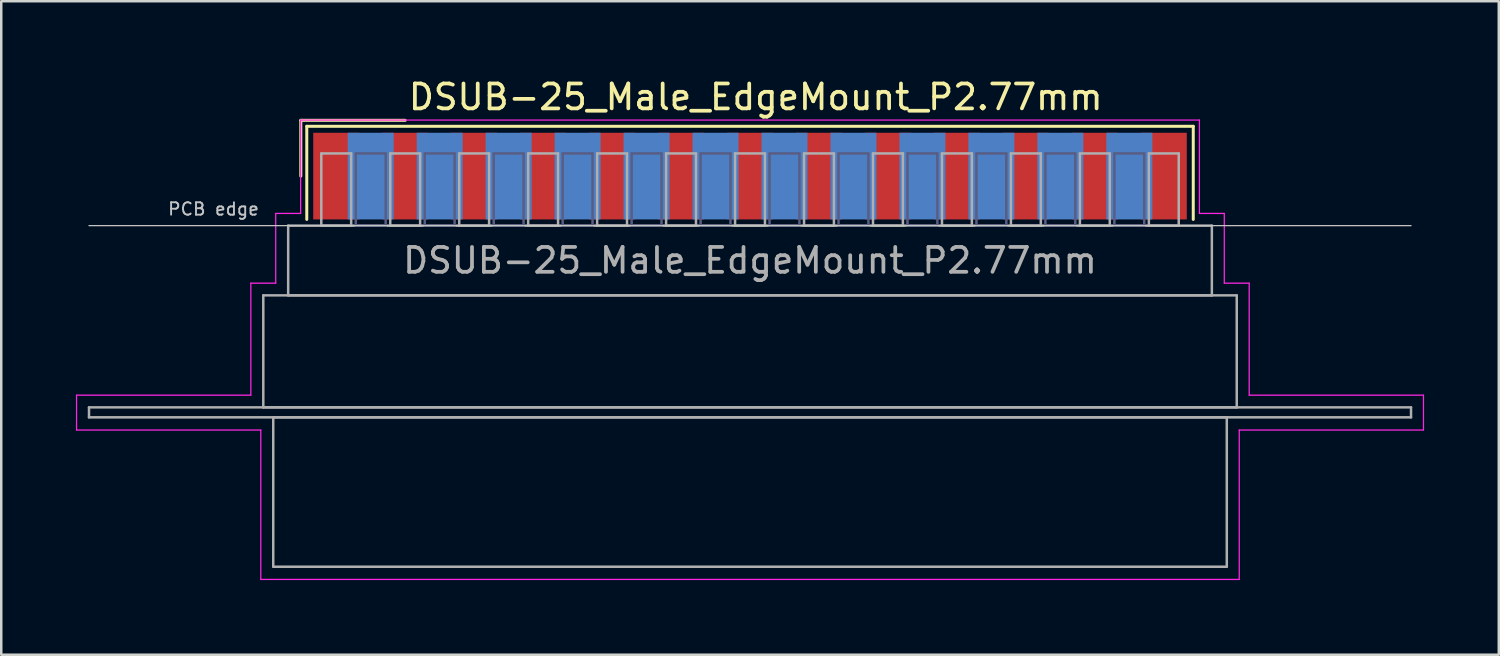
<source format=kicad_pcb>
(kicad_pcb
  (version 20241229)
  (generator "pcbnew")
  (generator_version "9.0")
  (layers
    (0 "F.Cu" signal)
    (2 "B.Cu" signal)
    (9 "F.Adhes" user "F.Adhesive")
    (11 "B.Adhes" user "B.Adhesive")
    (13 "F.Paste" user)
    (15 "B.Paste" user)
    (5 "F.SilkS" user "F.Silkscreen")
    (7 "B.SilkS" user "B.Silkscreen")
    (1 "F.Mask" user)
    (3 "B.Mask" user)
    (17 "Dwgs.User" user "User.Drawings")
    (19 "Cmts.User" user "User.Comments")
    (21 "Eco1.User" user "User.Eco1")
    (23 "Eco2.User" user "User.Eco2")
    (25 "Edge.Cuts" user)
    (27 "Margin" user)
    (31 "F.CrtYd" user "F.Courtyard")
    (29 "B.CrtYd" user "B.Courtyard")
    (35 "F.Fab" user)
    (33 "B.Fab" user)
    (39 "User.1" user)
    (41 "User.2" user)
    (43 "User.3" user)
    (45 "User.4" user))
  (footprint "DSUB-25_Male_EdgeMount_P2.77mm"
    (layer "F.Cu")
    (at 27.075 4.023)
    (property "Reference" "DSUB-25_Male_EdgeMount_P2.77mm" (at 0.23 -3.175 0) (layer "F.SilkS") (effects (font (size 1 1) (thickness 0.15))))
    (attr smd)
    (fp_line (start -18.043 -2.24) (end -13.85 -2.24) (stroke (width 0.12) (type solid)) (layer "F.SilkS"))
    (fp_line (start -18.043 0) (end -18.043 -2.24) (stroke (width 0.12) (type solid)) (layer "F.SilkS"))
    (fp_line (start -17.803 -2) (end -17.803 1.74) (stroke (width 0.12) (type solid)) (layer "F.SilkS"))
    (fp_line (start 17.803 -2) (end -17.803 -2) (stroke (width 0.12) (type solid)) (layer "F.SilkS"))
    (fp_line (start 17.803 1.74) (end 17.803 -2) (stroke (width 0.12) (type solid)) (layer "F.SilkS"))
    (fp_line (start -26.55 1.99) (end 26.55 1.99) (stroke (width 0.05) (type solid)) (layer "Dwgs.User"))
    (fp_line (start -27.05 8.8) (end -20.05 8.8) (stroke (width 0.05) (type solid)) (layer "F.CrtYd"))
    (fp_line (start -27.05 10.2) (end -27.05 8.8) (stroke (width 0.05) (type solid)) (layer "F.CrtYd"))
    (fp_line (start -20.05 4.3) (end -19.05 4.3) (stroke (width 0.05) (type solid)) (layer "F.CrtYd"))
    (fp_line (start -20.05 8.8) (end -20.05 4.3) (stroke (width 0.05) (type solid)) (layer "F.CrtYd"))
    (fp_line (start -19.65 10.2) (end -27.05 10.2) (stroke (width 0.05) (type solid)) (layer "F.CrtYd"))
    (fp_line (start -19.65 16.2) (end -19.65 10.2) (stroke (width 0.05) (type solid)) (layer "F.CrtYd"))
    (fp_line (start -19.05 1.5) (end -18.05 1.5) (stroke (width 0.05) (type solid)) (layer "F.CrtYd"))
    (fp_line (start -19.05 4.3) (end -19.05 1.5) (stroke (width 0.05) (type solid)) (layer "F.CrtYd"))
    (fp_line (start -18.05 -2.25) (end 18.05 -2.25) (stroke (width 0.05) (type solid)) (layer "F.CrtYd"))
    (fp_line (start -18.05 1.5) (end -18.05 -2.25) (stroke (width 0.05) (type solid)) (layer "F.CrtYd"))
    (fp_line (start 18.05 -2.25) (end 18.05 1.5) (stroke (width 0.05) (type solid)) (layer "F.CrtYd"))
    (fp_line (start 18.05 1.5) (end 19.05 1.5) (stroke (width 0.05) (type solid)) (layer "F.CrtYd"))
    (fp_line (start 19.05 1.5) (end 19.05 4.3) (stroke (width 0.05) (type solid)) (layer "F.CrtYd"))
    (fp_line (start 19.05 4.3) (end 20.05 4.3) (stroke (width 0.05) (type solid)) (layer "F.CrtYd"))
    (fp_line (start 19.65 10.2) (end 19.65 16.2) (stroke (width 0.05) (type solid)) (layer "F.CrtYd"))
    (fp_line (start 19.65 16.2) (end -19.65 16.2) (stroke (width 0.05) (type solid)) (layer "F.CrtYd"))
    (fp_line (start 20.05 4.3) (end 20.05 8.8) (stroke (width 0.05) (type solid)) (layer "F.CrtYd"))
    (fp_line (start 20.05 8.8) (end 27.05 8.8) (stroke (width 0.05) (type solid)) (layer "F.CrtYd"))
    (fp_line (start 27.05 8.8) (end 27.05 10.2) (stroke (width 0.05) (type solid)) (layer "F.CrtYd"))
    (fp_line (start 27.05 10.2) (end 19.65 10.2) (stroke (width 0.05) (type solid)) (layer "F.CrtYd"))
    (fp_line (start -15.835 -0.91) (end -15.835 1.99) (stroke (width 0.1) (type solid)) (layer "B.Fab"))
    (fp_line (start -15.835 1.99) (end -14.635 1.99) (stroke (width 0.1) (type solid)) (layer "B.Fab"))
    (fp_line (start -14.635 -0.91) (end -15.835 -0.91) (stroke (width 0.1) (type solid)) (layer "B.Fab"))
    (fp_line (start -14.635 1.99) (end -14.635 -0.91) (stroke (width 0.1) (type solid)) (layer "B.Fab"))
    (fp_line (start -13.065 -0.91) (end -13.065 1.99) (stroke (width 0.1) (type solid)) (layer "B.Fab"))
    (fp_line (start -13.065 1.99) (end -11.865 1.99) (stroke (width 0.1) (type solid)) (layer "B.Fab"))
    (fp_line (start -11.865 -0.91) (end -13.065 -0.91) (stroke (width 0.1) (type solid)) (layer "B.Fab"))
    (fp_line (start -11.865 1.99) (end -11.865 -0.91) (stroke (width 0.1) (type solid)) (layer "B.Fab"))
    (fp_line (start -10.295 -0.91) (end -10.295 1.99) (stroke (width 0.1) (type solid)) (layer "B.Fab"))
    (fp_line (start -10.295 1.99) (end -9.095 1.99) (stroke (width 0.1) (type solid)) (layer "B.Fab"))
    (fp_line (start -9.095 -0.91) (end -10.295 -0.91) (stroke (width 0.1) (type solid)) (layer "B.Fab"))
    (fp_line (start -9.095 1.99) (end -9.095 -0.91) (stroke (width 0.1) (type solid)) (layer "B.Fab"))
    (fp_line (start -7.525 -0.91) (end -7.525 1.99) (stroke (width 0.1) (type solid)) (layer "B.Fab"))
    (fp_line (start -7.525 1.99) (end -6.325 1.99) (stroke (width 0.1) (type solid)) (layer "B.Fab"))
    (fp_line (start -6.325 -0.91) (end -7.525 -0.91) (stroke (width 0.1) (type solid)) (layer "B.Fab"))
    (fp_line (start -6.325 1.99) (end -6.325 -0.91) (stroke (width 0.1) (type solid)) (layer "B.Fab"))
    (fp_line (start -4.755 -0.91) (end -4.755 1.99) (stroke (width 0.1) (type solid)) (layer "B.Fab"))
    (fp_line (start -4.755 1.99) (end -3.555 1.99) (stroke (width 0.1) (type solid)) (layer "B.Fab"))
    (fp_line (start -3.555 -0.91) (end -4.755 -0.91) (stroke (width 0.1) (type solid)) (layer "B.Fab"))
    (fp_line (start -3.555 1.99) (end -3.555 -0.91) (stroke (width 0.1) (type solid)) (layer "B.Fab"))
    (fp_line (start -1.985 -0.91) (end -1.985 1.99) (stroke (width 0.1) (type solid)) (layer "B.Fab"))
    (fp_line (start -1.985 1.99) (end -0.785 1.99) (stroke (width 0.1) (type solid)) (layer "B.Fab"))
    (fp_line (start -0.785 -0.91) (end -1.985 -0.91) (stroke (width 0.1) (type solid)) (layer "B.Fab"))
    (fp_line (start -0.785 1.99) (end -0.785 -0.91) (stroke (width 0.1) (type solid)) (layer "B.Fab"))
    (fp_line (start 0.785 -0.91) (end 0.785 1.99) (stroke (width 0.1) (type solid)) (layer "B.Fab"))
    (fp_line (start 0.785 1.99) (end 1.985 1.99) (stroke (width 0.1) (type solid)) (layer "B.Fab"))
    (fp_line (start 1.985 -0.91) (end 0.785 -0.91) (stroke (width 0.1) (type solid)) (layer "B.Fab"))
    (fp_line (start 1.985 1.99) (end 1.985 -0.91) (stroke (width 0.1) (type solid)) (layer "B.Fab"))
    (fp_line (start 3.555 -0.91) (end 3.555 1.99) (stroke (width 0.1) (type solid)) (layer "B.Fab"))
    (fp_line (start 3.555 1.99) (end 4.755 1.99) (stroke (width 0.1) (type solid)) (layer "B.Fab"))
    (fp_line (start 4.755 -0.91) (end 3.555 -0.91) (stroke (width 0.1) (type solid)) (layer "B.Fab"))
    (fp_line (start 4.755 1.99) (end 4.755 -0.91) (stroke (width 0.1) (type solid)) (layer "B.Fab"))
    (fp_line (start 6.325 -0.91) (end 6.325 1.99) (stroke (width 0.1) (type solid)) (layer "B.Fab"))
    (fp_line (start 6.325 1.99) (end 7.525 1.99) (stroke (width 0.1) (type solid)) (layer "B.Fab"))
    (fp_line (start 7.525 -0.91) (end 6.325 -0.91) (stroke (width 0.1) (type solid)) (layer "B.Fab"))
    (fp_line (start 7.525 1.99) (end 7.525 -0.91) (stroke (width 0.1) (type solid)) (layer "B.Fab"))
    (fp_line (start 9.095 -0.91) (end 9.095 1.99) (stroke (width 0.1) (type solid)) (layer "B.Fab"))
    (fp_line (start 9.095 1.99) (end 10.295 1.99) (stroke (width 0.1) (type solid)) (layer "B.Fab"))
    (fp_line (start 10.295 -0.91) (end 9.095 -0.91) (stroke (width 0.1) (type solid)) (layer "B.Fab"))
    (fp_line (start 10.295 1.99) (end 10.295 -0.91) (stroke (width 0.1) (type solid)) (layer "B.Fab"))
    (fp_line (start 11.865 -0.91) (end 11.865 1.99) (stroke (width 0.1) (type solid)) (layer "B.Fab"))
    (fp_line (start 11.865 1.99) (end 13.065 1.99) (stroke (width 0.1) (type solid)) (layer "B.Fab"))
    (fp_line (start 13.065 -0.91) (end 11.865 -0.91) (stroke (width 0.1) (type solid)) (layer "B.Fab"))
    (fp_line (start 13.065 1.99) (end 13.065 -0.91) (stroke (width 0.1) (type solid)) (layer "B.Fab"))
    (fp_line (start 14.635 -0.91) (end 14.635 1.99) (stroke (width 0.1) (type solid)) (layer "B.Fab"))
    (fp_line (start 14.635 1.99) (end 15.835 1.99) (stroke (width 0.1) (type solid)) (layer "B.Fab"))
    (fp_line (start 15.835 -0.91) (end 14.635 -0.91) (stroke (width 0.1) (type solid)) (layer "B.Fab"))
    (fp_line (start 15.835 1.99) (end 15.835 -0.91) (stroke (width 0.1) (type solid)) (layer "B.Fab"))
    (fp_line (start -26.55 9.29) (end -26.55 9.69) (stroke (width 0.1) (type solid)) (layer "F.Fab"))
    (fp_line (start -26.55 9.69) (end 26.55 9.69) (stroke (width 0.1) (type solid)) (layer "F.Fab"))
    (fp_line (start -19.55 4.79) (end -19.55 9.29) (stroke (width 0.1) (type solid)) (layer "F.Fab"))
    (fp_line (start -19.55 9.29) (end 19.55 9.29) (stroke (width 0.1) (type solid)) (layer "F.Fab"))
    (fp_line (start -19.15 9.69) (end -19.15 15.69) (stroke (width 0.1) (type solid)) (layer "F.Fab"))
    (fp_line (start -19.15 15.69) (end 19.15 15.69) (stroke (width 0.1) (type solid)) (layer "F.Fab"))
    (fp_line (start -18.55 1.99) (end -18.55 4.79) (stroke (width 0.1) (type solid)) (layer "F.Fab"))
    (fp_line (start -18.55 4.79) (end 18.55 4.79) (stroke (width 0.1) (type solid)) (layer "F.Fab"))
    (fp_line (start -17.22 -0.91) (end -17.22 1.99) (stroke (width 0.1) (type solid)) (layer "F.Fab"))
    (fp_line (start -17.22 1.99) (end -16.02 1.99) (stroke (width 0.1) (type solid)) (layer "F.Fab"))
    (fp_line (start -16.02 -0.91) (end -17.22 -0.91) (stroke (width 0.1) (type solid)) (layer "F.Fab"))
    (fp_line (start -16.02 1.99) (end -16.02 -0.91) (stroke (width 0.1) (type solid)) (layer "F.Fab"))
    (fp_line (start -14.45 -0.91) (end -14.45 1.99) (stroke (width 0.1) (type solid)) (layer "F.Fab"))
    (fp_line (start -14.45 1.99) (end -13.25 1.99) (stroke (width 0.1) (type solid)) (layer "F.Fab"))
    (fp_line (start -13.25 -0.91) (end -14.45 -0.91) (stroke (width 0.1) (type solid)) (layer "F.Fab"))
    (fp_line (start -13.25 1.99) (end -13.25 -0.91) (stroke (width 0.1) (type solid)) (layer "F.Fab"))
    (fp_line (start -11.68 -0.91) (end -11.68 1.99) (stroke (width 0.1) (type solid)) (layer "F.Fab"))
    (fp_line (start -11.68 1.99) (end -10.48 1.99) (stroke (width 0.1) (type solid)) (layer "F.Fab"))
    (fp_line (start -10.48 -0.91) (end -11.68 -0.91) (stroke (width 0.1) (type solid)) (layer "F.Fab"))
    (fp_line (start -10.48 1.99) (end -10.48 -0.91) (stroke (width 0.1) (type solid)) (layer "F.Fab"))
    (fp_line (start -8.91 -0.91) (end -8.91 1.99) (stroke (width 0.1) (type solid)) (layer "F.Fab"))
    (fp_line (start -8.91 1.99) (end -7.71 1.99) (stroke (width 0.1) (type solid)) (layer "F.Fab"))
    (fp_line (start -7.71 -0.91) (end -8.91 -0.91) (stroke (width 0.1) (type solid)) (layer "F.Fab"))
    (fp_line (start -7.71 1.99) (end -7.71 -0.91) (stroke (width 0.1) (type solid)) (layer "F.Fab"))
    (fp_line (start -6.14 -0.91) (end -6.14 1.99) (stroke (width 0.1) (type solid)) (layer "F.Fab"))
    (fp_line (start -6.14 1.99) (end -4.94 1.99) (stroke (width 0.1) (type solid)) (layer "F.Fab"))
    (fp_line (start -4.94 -0.91) (end -6.14 -0.91) (stroke (width 0.1) (type solid)) (layer "F.Fab"))
    (fp_line (start -4.94 1.99) (end -4.94 -0.91) (stroke (width 0.1) (type solid)) (layer "F.Fab"))
    (fp_line (start -3.37 -0.91) (end -3.37 1.99) (stroke (width 0.1) (type solid)) (layer "F.Fab"))
    (fp_line (start -3.37 1.99) (end -2.17 1.99) (stroke (width 0.1) (type solid)) (layer "F.Fab"))
    (fp_line (start -2.17 -0.91) (end -3.37 -0.91) (stroke (width 0.1) (type solid)) (layer "F.Fab"))
    (fp_line (start -2.17 1.99) (end -2.17 -0.91) (stroke (width 0.1) (type solid)) (layer "F.Fab"))
    (fp_line (start -0.6 -0.91) (end -0.6 1.99) (stroke (width 0.1) (type solid)) (layer "F.Fab"))
    (fp_line (start -0.6 1.99) (end 0.6 1.99) (stroke (width 0.1) (type solid)) (layer "F.Fab"))
    (fp_line (start 0.6 -0.91) (end -0.6 -0.91) (stroke (width 0.1) (type solid)) (layer "F.Fab"))
    (fp_line (start 0.6 1.99) (end 0.6 -0.91) (stroke (width 0.1) (type solid)) (layer "F.Fab"))
    (fp_line (start 2.17 -0.91) (end 2.17 1.99) (stroke (width 0.1) (type solid)) (layer "F.Fab"))
    (fp_line (start 2.17 1.99) (end 3.37 1.99) (stroke (width 0.1) (type solid)) (layer "F.Fab"))
    (fp_line (start 3.37 -0.91) (end 2.17 -0.91) (stroke (width 0.1) (type solid)) (layer "F.Fab"))
    (fp_line (start 3.37 1.99) (end 3.37 -0.91) (stroke (width 0.1) (type solid)) (layer "F.Fab"))
    (fp_line (start 4.94 -0.91) (end 4.94 1.99) (stroke (width 0.1) (type solid)) (layer "F.Fab"))
    (fp_line (start 4.94 1.99) (end 6.14 1.99) (stroke (width 0.1) (type solid)) (layer "F.Fab"))
    (fp_line (start 6.14 -0.91) (end 4.94 -0.91) (stroke (width 0.1) (type solid)) (layer "F.Fab"))
    (fp_line (start 6.14 1.99) (end 6.14 -0.91) (stroke (width 0.1) (type solid)) (layer "F.Fab"))
    (fp_line (start 7.71 -0.91) (end 7.71 1.99) (stroke (width 0.1) (type solid)) (layer "F.Fab"))
    (fp_line (start 7.71 1.99) (end 8.91 1.99) (stroke (width 0.1) (type solid)) (layer "F.Fab"))
    (fp_line (start 8.91 -0.91) (end 7.71 -0.91) (stroke (width 0.1) (type solid)) (layer "F.Fab"))
    (fp_line (start 8.91 1.99) (end 8.91 -0.91) (stroke (width 0.1) (type solid)) (layer "F.Fab"))
    (fp_line (start 10.48 -0.91) (end 10.48 1.99) (stroke (width 0.1) (type solid)) (layer "F.Fab"))
    (fp_line (start 10.48 1.99) (end 11.68 1.99) (stroke (width 0.1) (type solid)) (layer "F.Fab"))
    (fp_line (start 11.68 -0.91) (end 10.48 -0.91) (stroke (width 0.1) (type solid)) (layer "F.Fab"))
    (fp_line (start 11.68 1.99) (end 11.68 -0.91) (stroke (width 0.1) (type solid)) (layer "F.Fab"))
    (fp_line (start 13.25 -0.91) (end 13.25 1.99) (stroke (width 0.1) (type solid)) (layer "F.Fab"))
    (fp_line (start 13.25 1.99) (end 14.45 1.99) (stroke (width 0.1) (type solid)) (layer "F.Fab"))
    (fp_line (start 14.45 -0.91) (end 13.25 -0.91) (stroke (width 0.1) (type solid)) (layer "F.Fab"))
    (fp_line (start 14.45 1.99) (end 14.45 -0.91) (stroke (width 0.1) (type solid)) (layer "F.Fab"))
    (fp_line (start 16.02 -0.91) (end 16.02 1.99) (stroke (width 0.1) (type solid)) (layer "F.Fab"))
    (fp_line (start 16.02 1.99) (end 17.22 1.99) (stroke (width 0.1) (type solid)) (layer "F.Fab"))
    (fp_line (start 17.22 -0.91) (end 16.02 -0.91) (stroke (width 0.1) (type solid)) (layer "F.Fab"))
    (fp_line (start 17.22 1.99) (end 17.22 -0.91) (stroke (width 0.1) (type solid)) (layer "F.Fab"))
    (fp_line (start 18.55 1.99) (end -18.55 1.99) (stroke (width 0.1) (type solid)) (layer "F.Fab"))
    (fp_line (start 18.55 4.79) (end 18.55 1.99) (stroke (width 0.1) (type solid)) (layer "F.Fab"))
    (fp_line (start 19.15 9.69) (end -19.15 9.69) (stroke (width 0.1) (type solid)) (layer "F.Fab"))
    (fp_line (start 19.15 15.69) (end 19.15 9.69) (stroke (width 0.1) (type solid)) (layer "F.Fab"))
    (fp_line (start 19.55 4.79) (end -19.55 4.79) (stroke (width 0.1) (type solid)) (layer "F.Fab"))
    (fp_line (start 19.55 9.29) (end 19.55 4.79) (stroke (width 0.1) (type solid)) (layer "F.Fab"))
    (fp_line (start 26.55 9.29) (end -26.55 9.29) (stroke (width 0.1) (type solid)) (layer "F.Fab"))
    (fp_line (start 26.55 9.69) (end 26.55 9.29) (stroke (width 0.1) (type solid)) (layer "F.Fab"))
    (fp_text user "PCB edge" (at -21.55 1.323 0) (layer "Dwgs.User") (effects (font (size 0.5 0.5) (thickness 0.075))))
    (fp_text user "${REFERENCE}" (at 0 3.39 0) (layer "F.Fab") (effects (font (size 1 1) (thickness 0.15))))
    (pad "1" smd rect (at -16.62 0) (size 1.847 3.48) (layers "F.Cu" "F.Mask" "F.Paste"))
    (pad "2" smd rect (at -13.85 0) (size 1.847 3.48) (layers "F.Cu" "F.Mask" "F.Paste"))
    (pad "3" smd rect (at -11.08 0) (size 1.847 3.48) (layers "F.Cu" "F.Mask" "F.Paste"))
    (pad "4" smd rect (at -8.31 0) (size 1.847 3.48) (layers "F.Cu" "F.Mask" "F.Paste"))
    (pad "5" smd rect (at -5.54 0) (size 1.847 3.48) (layers "F.Cu" "F.Mask" "F.Paste"))
    (pad "6" smd rect (at -2.77 0) (size 1.847 3.48) (layers "F.Cu" "F.Mask" "F.Paste"))
    (pad "7" smd rect (at 0 0) (size 1.847 3.48) (layers "F.Cu" "F.Mask" "F.Paste"))
    (pad "8" smd rect (at 2.77 0) (size 1.847 3.48) (layers "F.Cu" "F.Mask" "F.Paste"))
    (pad "9" smd rect (at 5.54 0) (size 1.847 3.48) (layers "F.Cu" "F.Mask" "F.Paste"))
    (pad "10" smd rect (at 8.31 0) (size 1.847 3.48) (layers "F.Cu" "F.Mask" "F.Paste"))
    (pad "11" smd rect (at 11.08 0) (size 1.847 3.48) (layers "F.Cu" "F.Mask" "F.Paste"))
    (pad "12" smd rect (at 13.85 0) (size 1.847 3.48) (layers "F.Cu" "F.Mask" "F.Paste"))
    (pad "13" smd rect (at 16.62 0) (size 1.847 3.48) (layers "F.Cu" "F.Mask" "F.Paste"))
    (pad "14" smd rect (at -15.235 0) (size 1.847 3.48) (layers "B.Cu" "B.Mask" "B.Paste"))
    (pad "15" smd rect (at -12.465 0) (size 1.847 3.48) (layers "B.Cu" "B.Mask" "B.Paste"))
    (pad "16" smd rect (at -9.695 0) (size 1.847 3.48) (layers "B.Cu" "B.Mask" "B.Paste"))
    (pad "17" smd rect (at -6.925 0) (size 1.847 3.48) (layers "B.Cu" "B.Mask" "B.Paste"))
    (pad "18" smd rect (at -4.155 0) (size 1.847 3.48) (layers "B.Cu" "B.Mask" "B.Paste"))
    (pad "19" smd rect (at -1.385 0) (size 1.847 3.48) (layers "B.Cu" "B.Mask" "B.Paste"))
    (pad "20" smd rect (at 1.385 0) (size 1.847 3.48) (layers "B.Cu" "B.Mask" "B.Paste"))
    (pad "21" smd rect (at 4.155 0) (size 1.847 3.48) (layers "B.Cu" "B.Mask" "B.Paste"))
    (pad "22" smd rect (at 6.925 0) (size 1.847 3.48) (layers "B.Cu" "B.Mask" "B.Paste"))
    (pad "23" smd rect (at 9.695 0) (size 1.847 3.48) (layers "B.Cu" "B.Mask" "B.Paste"))
    (pad "24" smd rect (at 12.465 0) (size 1.847 3.48) (layers "B.Cu" "B.Mask" "B.Paste"))
    (pad "25" smd rect (at 15.235 0) (size 1.847 3.48) (layers "B.Cu" "B.Mask" "B.Paste")))
  (gr_rect
    (start -3 -3)
    (end 57.15 23.248)
    (stroke (width 0.1) (type default))
    (fill no)
    (layer "Edge.Cuts")))
</source>
